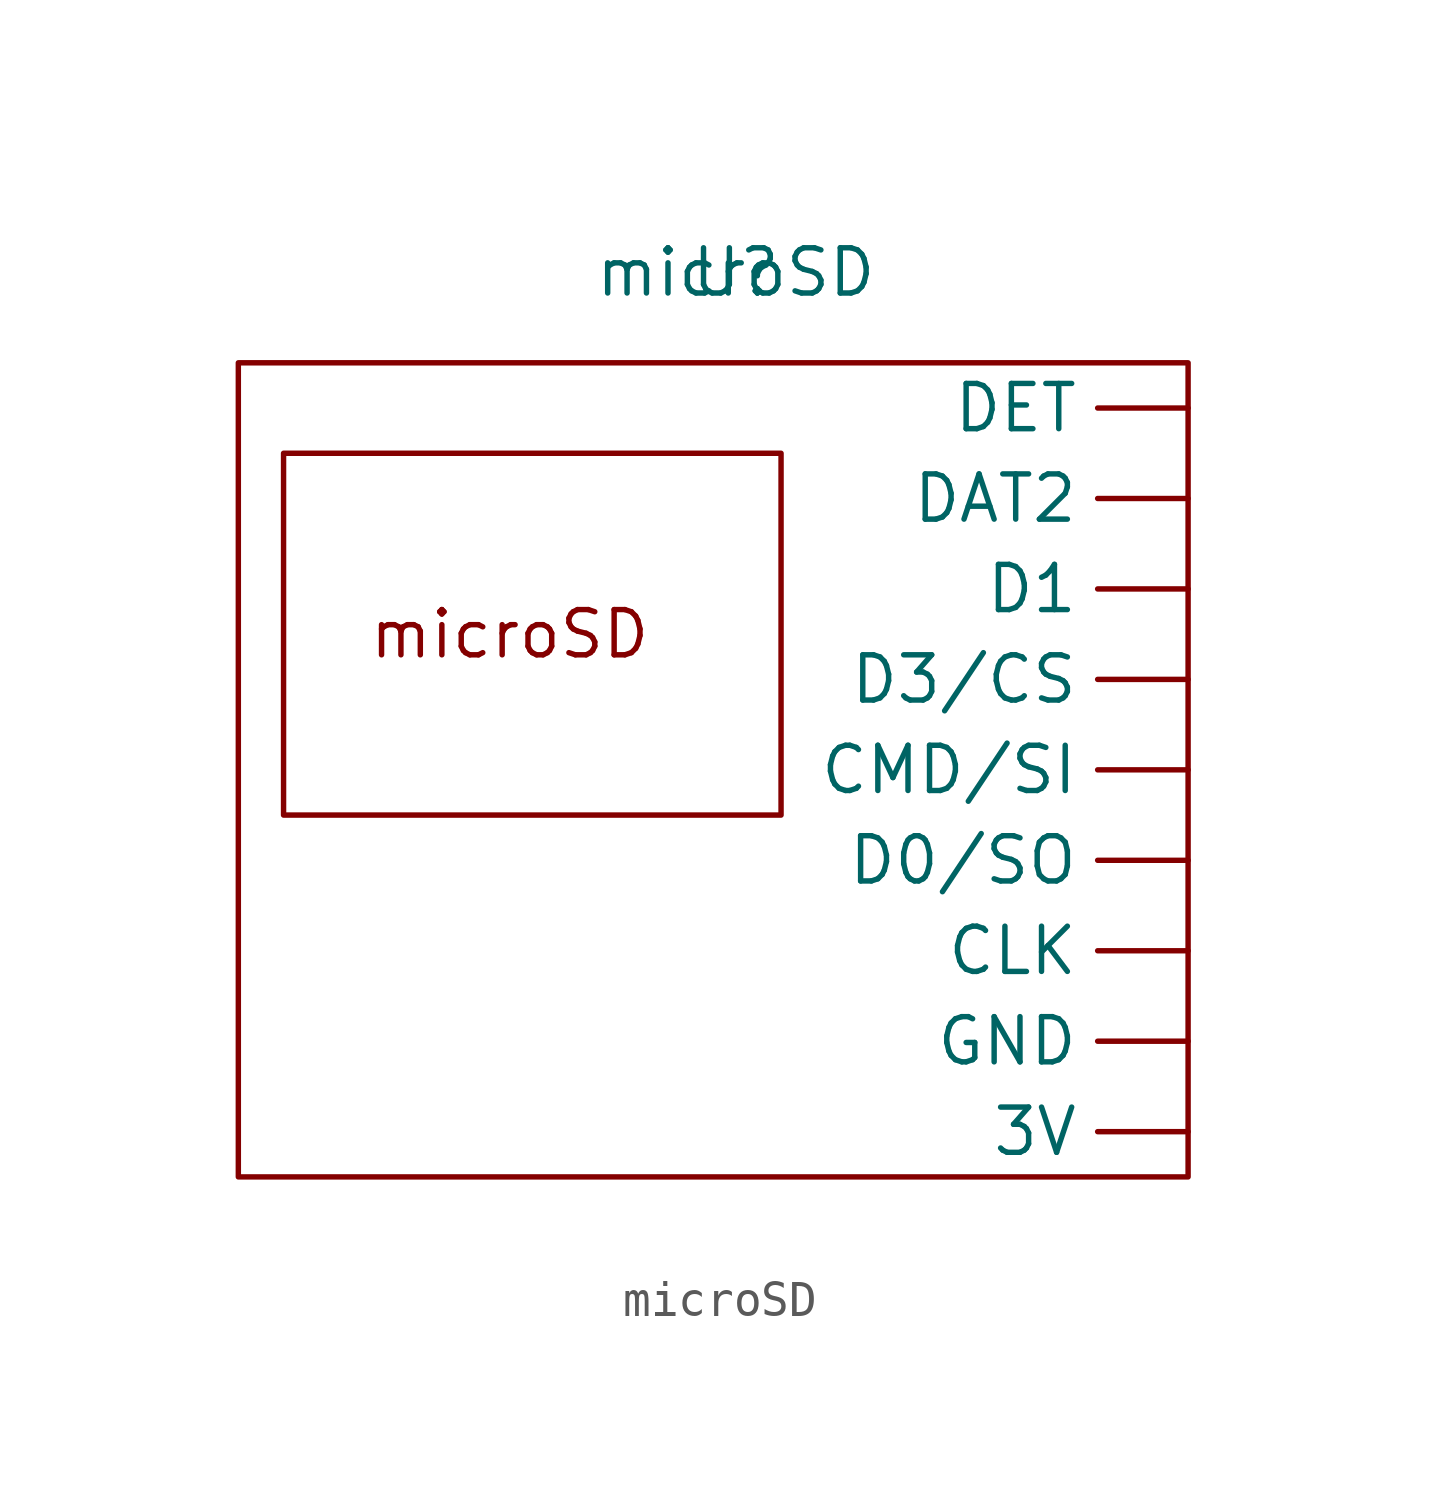
<source format=kicad_sym>
(kicad_symbol_lib
  (version 20211014)
  (generator kicad_symbol_editor)
  (symbol "microSD"
    (property "Reference" "U"
      (at 0 0 0)
      (effects (font (size 1.27 1.27))))
    (property "Value" "microSD"
      (at 0 0 0)
      (effects (font (size 1.27 1.27))))
    (symbol "microSD_0_0"
      (text "microSD" (at -6.35 -10.16 0) (effects (font (size 1.27 1.27)))))
    (symbol "microSD_0_1"
      (rectangle (start -13.97 -2.54) (end 12.7 -25.4) (stroke (width 0) (type default) (color 0 0 0 0)) (fill (type none)))
      (rectangle (start -12.7 -5.08) (end 1.27 -15.24) (stroke (width 0) (type default) (color 0 0 0 0)) (fill (type none))))
    (symbol "microSD_1_1"
      (pin power_in line (at 12.7 -24.13 180) (length 2.54) (name "3V" (effects (font (size 1.27 1.27)))) (number "" (effects (font (size 1.27 1.27)))))
      (pin input line (at 12.7 -19.05 180) (length 2.54) (name "CLK" (effects (font (size 1.27 1.27)))) (number "" (effects (font (size 1.27 1.27)))))
      (pin bidirectional line (at 12.7 -13.97 180) (length 2.54) (name "CMD/SI" (effects (font (size 1.27 1.27)))) (number "" (effects (font (size 1.27 1.27)))))
      (pin bidirectional line (at 12.7 -16.51 180) (length 2.54) (name "D0/SO" (effects (font (size 1.27 1.27)))) (number "" (effects (font (size 1.27 1.27)))))
      (pin bidirectional line (at 12.7 -8.89 180) (length 2.54) (name "D1" (effects (font (size 1.27 1.27)))) (number "" (effects (font (size 1.27 1.27)))))
      (pin bidirectional line (at 12.7 -11.43 180) (length 2.54) (name "D3/CS" (effects (font (size 1.27 1.27)))) (number "" (effects (font (size 1.27 1.27)))))
      (pin bidirectional line (at 12.7 -6.35 180) (length 2.54) (name "DAT2" (effects (font (size 1.27 1.27)))) (number "" (effects (font (size 1.27 1.27)))))
      (pin output line (at 12.7 -3.81 180) (length 2.54) (name "DET" (effects (font (size 1.27 1.27)))) (number "" (effects (font (size 1.27 1.27)))))
      (pin power_in line (at 12.7 -21.59 180) (length 2.54) (name "GND" (effects (font (size 1.27 1.27)))) (number "" (effects (font (size 1.27 1.27))))))))
</source>
